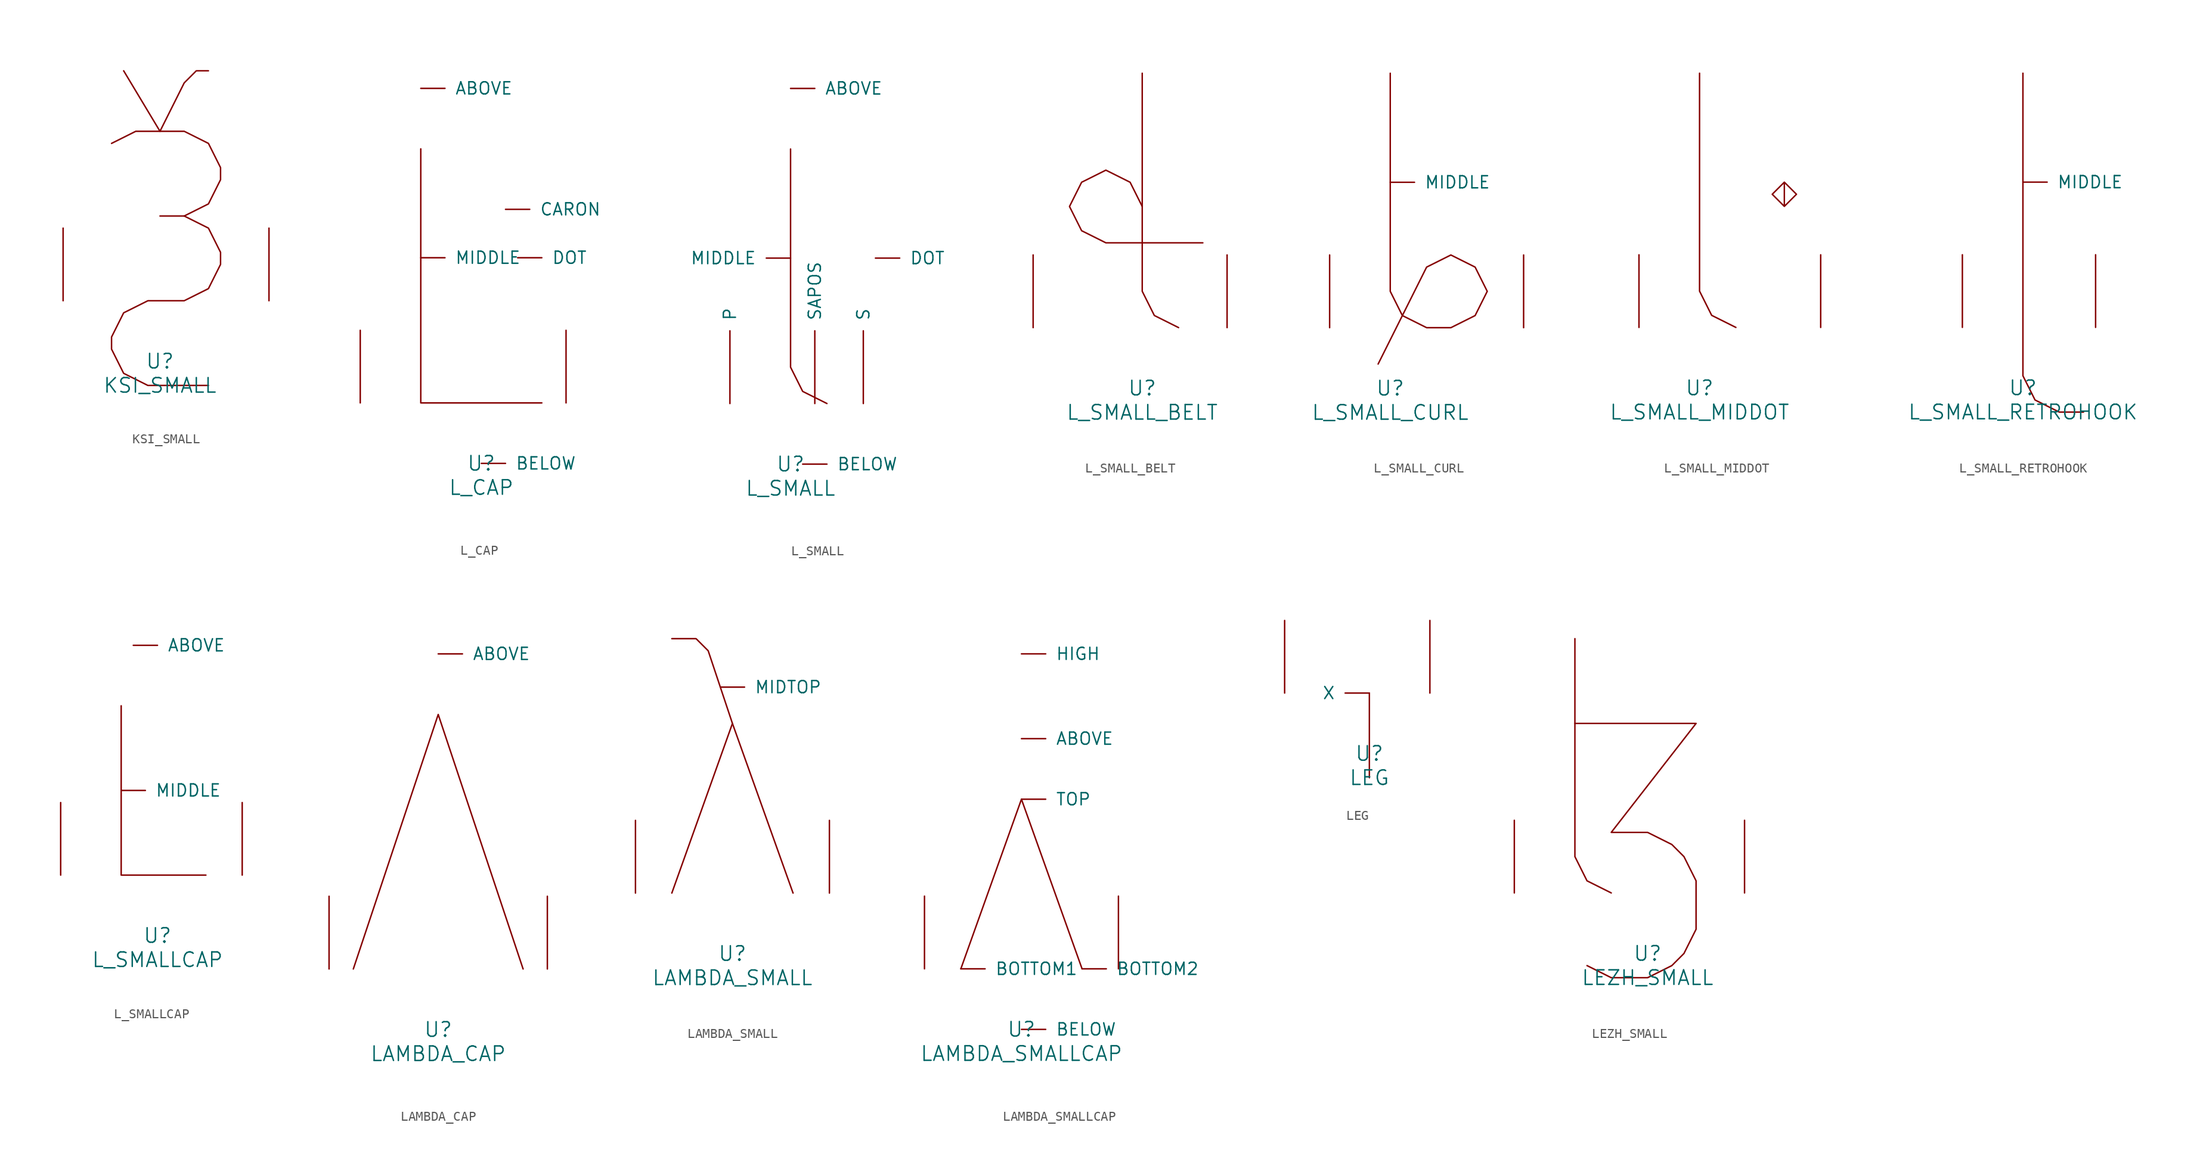
<source format=kicad_sym>
(kicad_symbol_lib
  (version 20220914)
  (generator font_lib2sym)
  (symbol "KSI_SMALL"
    (pin_names
      (offset 1.016))
    (property "Reference" "U"
      (at 0 -6.35 0)
      (effects (font (size 1.524 1.524))))
    (property "Value" "KSI_SMALL"
      (at 0 -8.89 0)
      (effects (font (size 1.524 1.524))))
    (symbol "KSI_SMALL_0_1"
      (polyline (pts (xy 0 8.89) (xy 2.54 8.89)) (stroke (width 0) (type solid)) (fill (type none)))
      (polyline (pts (xy -3.81 24.13) (xy 0 17.78) (xy 2.54 22.86) (xy 3.81 24.13) (xy 5.08 24.13)) (stroke (width 0) (type solid)) (fill (type none)))
      (polyline (pts (xy -5.08 16.51) (xy -2.54 17.78) (xy 2.54 17.78) (xy 5.08 16.51) (xy 6.35 13.97) (xy 6.35 12.7) (xy 5.08 10.16) (xy 2.54 8.89) (xy 5.08 7.62) (xy 6.35 5.08) (xy 6.35 3.81) (xy 5.08 1.27) (xy 2.54 0) (xy -1.27 0) (xy -3.81 -1.27) (xy -5.08 -3.81) (xy -5.08 -5.08) (xy -3.81 -7.62) (xy -1.27 -8.89) (xy 5.08 -8.89)) (stroke (width 0) (type solid)) (fill (type none)))
      (pin input line (at -10.16 0 90) (length 7.62) (name "~" (effects (font (size 1.27 1.27)))) (number "~" (effects (font (size 1.27 1.27)))))
      (pin input line (at 11.43 0 90) (length 7.62) (name "~" (effects (font (size 1.27 1.27)))) (number "~" (effects (font (size 1.27 1.27)))))))
  (symbol "L_CAP"
    (pin_names
      (offset 1.016))
    (property "Reference" "U"
      (at 0 -6.35 0)
      (effects (font (size 1.524 1.524))))
    (property "Value" "L_CAP"
      (at 0 -8.89 0)
      (effects (font (size 1.524 1.524))))
    (symbol "L_CAP_0_1"
      (polyline (pts (xy 6.35 0) (xy -6.35 0) (xy -6.35 26.67)) (stroke (width 0) (type solid)) (fill (type none)))
      (pin input line (at -6.35 33.02 0) (length 2.54) (name "ABOVE" (effects (font (size 1.27 1.27)))) (number "~" (effects (font (size 1.27 1.27)))))
      (pin input line (at 0 -6.35 0) (length 2.54) (name "BELOW" (effects (font (size 1.27 1.27)))) (number "~" (effects (font (size 1.27 1.27)))))
      (pin input line (at 2.54 20.32 0) (length 2.54) (name "CARON" (effects (font (size 1.27 1.27)))) (number "~" (effects (font (size 1.27 1.27)))))
      (pin input line (at 3.81 15.24 0) (length 2.54) (name "DOT" (effects (font (size 1.27 1.27)))) (number "~" (effects (font (size 1.27 1.27)))))
      (pin input line (at -6.35 15.24 0) (length 2.54) (name "MIDDLE" (effects (font (size 1.27 1.27)))) (number "~" (effects (font (size 1.27 1.27)))))
      (pin input line (at -12.7 0 90) (length 7.62) (name "~" (effects (font (size 1.27 1.27)))) (number "~" (effects (font (size 1.27 1.27)))))
      (pin input line (at 8.89 0 90) (length 7.62) (name "~" (effects (font (size 1.27 1.27)))) (number "~" (effects (font (size 1.27 1.27)))))))
  (symbol "L_SMALL"
    (pin_names
      (offset 1.016))
    (property "Reference" "U"
      (at 0 -6.35 0)
      (effects (font (size 1.524 1.524))))
    (property "Value" "L_SMALL"
      (at 0 -8.89 0)
      (effects (font (size 1.524 1.524))))
    (symbol "L_SMALL_0_1"
      (polyline (pts (xy 3.81 0) (xy 1.27 1.27) (xy 0 3.81) (xy 0 26.67)) (stroke (width 0) (type solid)) (fill (type none)))
      (pin input line (at 0 33.02 0) (length 2.54) (name "ABOVE" (effects (font (size 1.27 1.27)))) (number "~" (effects (font (size 1.27 1.27)))))
      (pin input line (at 1.27 -6.35 0) (length 2.54) (name "BELOW" (effects (font (size 1.27 1.27)))) (number "~" (effects (font (size 1.27 1.27)))))
      (pin input line (at 8.89 15.24 0) (length 2.54) (name "DOT" (effects (font (size 1.27 1.27)))) (number "~" (effects (font (size 1.27 1.27)))))
      (pin input line (at 0 15.24 180) (length 2.54) (name "MIDDLE" (effects (font (size 1.27 1.27)))) (number "~" (effects (font (size 1.27 1.27)))))
      (pin input line (at -6.35 0 90) (length 7.62) (name "P" (effects (font (size 1.27 1.27)))) (number "~" (effects (font (size 1.27 1.27)))))
      (pin input line (at 7.62 0 90) (length 7.62) (name "S" (effects (font (size 1.27 1.27)))) (number "~" (effects (font (size 1.27 1.27)))))
      (pin input line (at 2.54 0 90) (length 7.62) (name "SAPOS" (effects (font (size 1.27 1.27)))) (number "~" (effects (font (size 1.27 1.27)))))))
  (symbol "L_SMALL_BELT"
    (pin_names
      (offset 1.016))
    (property "Reference" "U"
      (at 0 -6.35 0)
      (effects (font (size 1.524 1.524))))
    (property "Value" "L_SMALL_BELT"
      (at 0 -8.89 0)
      (effects (font (size 1.524 1.524))))
    (symbol "L_SMALL_BELT_0_1"
      (polyline (pts (xy 3.81 0) (xy 1.27 1.27) (xy 0 3.81) (xy 0 26.67)) (stroke (width 0) (type solid)) (fill (type none)))
      (polyline (pts (xy 0 12.7) (xy -1.27 15.24) (xy -3.81 16.51) (xy -6.35 15.24) (xy -7.62 12.7) (xy -6.35 10.16) (xy -3.81 8.89) (xy 6.35 8.89)) (stroke (width 0) (type solid)) (fill (type none)))
      (pin input line (at -11.43 0 90) (length 7.62) (name "~" (effects (font (size 1.27 1.27)))) (number "~" (effects (font (size 1.27 1.27)))))
      (pin input line (at 8.89 0 90) (length 7.62) (name "~" (effects (font (size 1.27 1.27)))) (number "~" (effects (font (size 1.27 1.27)))))))
  (symbol "L_SMALL_CURL"
    (pin_names
      (offset 1.016))
    (property "Reference" "U"
      (at 0 -6.35 0)
      (effects (font (size 1.524 1.524))))
    (property "Value" "L_SMALL_CURL"
      (at 0 -8.89 0)
      (effects (font (size 1.524 1.524))))
    (symbol "L_SMALL_CURL_0_1"
      (polyline (pts (xy 0 26.67) (xy 0 3.81) (xy 1.27 1.27) (xy 3.81 0) (xy 6.35 0) (xy 8.89 1.27) (xy 10.16 3.81) (xy 8.89 6.35) (xy 6.35 7.62) (xy 3.81 6.35) (xy -1.27 -3.81)) (stroke (width 0) (type solid)) (fill (type none)))
      (pin input line (at 0 15.24 0) (length 2.54) (name "MIDDLE" (effects (font (size 1.27 1.27)))) (number "~" (effects (font (size 1.27 1.27)))))
      (pin input line (at -6.35 0 90) (length 7.62) (name "~" (effects (font (size 1.27 1.27)))) (number "~" (effects (font (size 1.27 1.27)))))
      (pin input line (at 13.97 0 90) (length 7.62) (name "~" (effects (font (size 1.27 1.27)))) (number "~" (effects (font (size 1.27 1.27)))))))
  (symbol "L_SMALL_MIDDOT"
    (pin_names
      (offset 1.016))
    (property "Reference" "U"
      (at 0 -6.35 0)
      (effects (font (size 1.524 1.524))))
    (property "Value" "L_SMALL_MIDDOT"
      (at 0 -8.89 0)
      (effects (font (size 1.524 1.524))))
    (symbol "L_SMALL_MIDDOT_0_1"
      (polyline (pts (xy 3.81 0) (xy 1.27 1.27) (xy 0 3.81) (xy 0 26.67)) (stroke (width 0) (type solid)) (fill (type none)))
      (polyline (pts (xy 8.89 15.24) (xy 10.16 13.97) (xy 8.89 12.7) (xy 7.62 13.97) (xy 8.89 15.24) (xy 8.89 12.7)) (stroke (width 0) (type solid)) (fill (type none)))
      (pin input line (at -6.35 0 90) (length 7.62) (name "~" (effects (font (size 1.27 1.27)))) (number "~" (effects (font (size 1.27 1.27)))))
      (pin input line (at 12.7 0 90) (length 7.62) (name "~" (effects (font (size 1.27 1.27)))) (number "~" (effects (font (size 1.27 1.27)))))))
  (symbol "L_SMALL_RETROHOOK"
    (pin_names
      (offset 1.016))
    (property "Reference" "U"
      (at 0 -6.35 0)
      (effects (font (size 1.524 1.524))))
    (property "Value" "L_SMALL_RETROHOOK"
      (at 0 -8.89 0)
      (effects (font (size 1.524 1.524))))
    (symbol "L_SMALL_RETROHOOK_0_1"
      (polyline (pts (xy 0 26.67) (xy 0 -5.08) (xy 1.27 -7.62) (xy 3.81 -8.89) (xy 6.35 -8.89)) (stroke (width 0) (type solid)) (fill (type none)))
      (pin input line (at 0 15.24 0) (length 2.54) (name "MIDDLE" (effects (font (size 1.27 1.27)))) (number "~" (effects (font (size 1.27 1.27)))))
      (pin input line (at -6.35 0 90) (length 7.62) (name "~" (effects (font (size 1.27 1.27)))) (number "~" (effects (font (size 1.27 1.27)))))
      (pin input line (at 7.62 0 90) (length 7.62) (name "~" (effects (font (size 1.27 1.27)))) (number "~" (effects (font (size 1.27 1.27)))))))
  (symbol "L_SMALLCAP"
    (pin_names
      (offset 1.016))
    (property "Reference" "U"
      (at 0 -6.35 0)
      (effects (font (size 1.524 1.524))))
    (property "Value" "L_SMALLCAP"
      (at 0 -8.89 0)
      (effects (font (size 1.524 1.524))))
    (symbol "L_SMALLCAP_0_1"
      (polyline (pts (xy -3.81 17.78) (xy -3.81 0) (xy 5.08 0)) (stroke (width 0) (type solid)) (fill (type none)))
      (pin input line (at -2.54 24.13 0) (length 2.54) (name "ABOVE" (effects (font (size 1.27 1.27)))) (number "~" (effects (font (size 1.27 1.27)))))
      (pin input line (at -3.81 8.89 0) (length 2.54) (name "MIDDLE" (effects (font (size 1.27 1.27)))) (number "~" (effects (font (size 1.27 1.27)))))
      (pin input line (at -10.16 0 90) (length 7.62) (name "~" (effects (font (size 1.27 1.27)))) (number "~" (effects (font (size 1.27 1.27)))))
      (pin input line (at 8.89 0 90) (length 7.62) (name "~" (effects (font (size 1.27 1.27)))) (number "~" (effects (font (size 1.27 1.27)))))))
  (symbol "LAMBDA_CAP"
    (pin_names
      (offset 1.016))
    (property "Reference" "U"
      (at 0 -6.35 0)
      (effects (font (size 1.524 1.524))))
    (property "Value" "LAMBDA_CAP"
      (at 0 -8.89 0)
      (effects (font (size 1.524 1.524))))
    (symbol "LAMBDA_CAP_0_1"
      (polyline (pts (xy -8.89 0) (xy 0 26.67) (xy 8.89 0)) (stroke (width 0) (type solid)) (fill (type none)))
      (pin input line (at 0 33.02 0) (length 2.54) (name "ABOVE" (effects (font (size 1.27 1.27)))) (number "~" (effects (font (size 1.27 1.27)))))
      (pin input line (at -11.43 0 90) (length 7.62) (name "~" (effects (font (size 1.27 1.27)))) (number "~" (effects (font (size 1.27 1.27)))))
      (pin input line (at 11.43 0 90) (length 7.62) (name "~" (effects (font (size 1.27 1.27)))) (number "~" (effects (font (size 1.27 1.27)))))))
  (symbol "LAMBDA_SMALL"
    (pin_names
      (offset 1.016))
    (property "Reference" "U"
      (at 0 -6.35 0)
      (effects (font (size 1.524 1.524))))
    (property "Value" "LAMBDA_SMALL"
      (at 0 -8.89 0)
      (effects (font (size 1.524 1.524))))
    (symbol "LAMBDA_SMALL_0_1"
      (polyline (pts (xy 0 17.78) (xy -6.35 0)) (stroke (width 0) (type solid)) (fill (type none)))
      (polyline (pts (xy -6.35 26.67) (xy -3.81 26.67) (xy -2.54 25.4) (xy 0 17.78) (xy 6.35 0)) (stroke (width 0) (type solid)) (fill (type none)))
      (pin input line (at -1.27 21.59 0) (length 2.54) (name "MIDTOP" (effects (font (size 1.27 1.27)))) (number "~" (effects (font (size 1.27 1.27)))))
      (pin input line (at -10.16 0 90) (length 7.62) (name "~" (effects (font (size 1.27 1.27)))) (number "~" (effects (font (size 1.27 1.27)))))
      (pin input line (at 10.16 0 90) (length 7.62) (name "~" (effects (font (size 1.27 1.27)))) (number "~" (effects (font (size 1.27 1.27)))))))
  (symbol "LAMBDA_SMALLCAP"
    (pin_names
      (offset 1.016))
    (property "Reference" "U"
      (at 0 -6.35 0)
      (effects (font (size 1.524 1.524))))
    (property "Value" "LAMBDA_SMALLCAP"
      (at 0 -8.89 0)
      (effects (font (size 1.524 1.524))))
    (symbol "LAMBDA_SMALLCAP_0_1"
      (polyline (pts (xy -6.35 0) (xy 0 17.78) (xy 6.35 0)) (stroke (width 0) (type solid)) (fill (type none)))
      (pin input line (at 0 24.13 0) (length 2.54) (name "ABOVE" (effects (font (size 1.27 1.27)))) (number "~" (effects (font (size 1.27 1.27)))))
      (pin input line (at 0 -6.35 0) (length 2.54) (name "BELOW" (effects (font (size 1.27 1.27)))) (number "~" (effects (font (size 1.27 1.27)))))
      (pin input line (at -6.35 0 0) (length 2.54) (name "BOTTOM1" (effects (font (size 1.27 1.27)))) (number "~" (effects (font (size 1.27 1.27)))))
      (pin input line (at 6.35 0 0) (length 2.54) (name "BOTTOM2" (effects (font (size 1.27 1.27)))) (number "~" (effects (font (size 1.27 1.27)))))
      (pin input line (at 0 33.02 0) (length 2.54) (name "HIGH" (effects (font (size 1.27 1.27)))) (number "~" (effects (font (size 1.27 1.27)))))
      (pin input line (at 0 17.78 0) (length 2.54) (name "TOP" (effects (font (size 1.27 1.27)))) (number "~" (effects (font (size 1.27 1.27)))))
      (pin input line (at -10.16 0 90) (length 7.62) (name "~" (effects (font (size 1.27 1.27)))) (number "~" (effects (font (size 1.27 1.27)))))
      (pin input line (at 10.16 0 90) (length 7.62) (name "~" (effects (font (size 1.27 1.27)))) (number "~" (effects (font (size 1.27 1.27)))))))
  (symbol "LEG"
    (pin_names
      (offset 1.016))
    (property "Reference" "U"
      (at 0 -6.35 0)
      (effects (font (size 1.524 1.524))))
    (property "Value" "LEG"
      (at 0 -8.89 0)
      (effects (font (size 1.524 1.524))))
    (symbol "LEG_0_1"
      (polyline (pts (xy 0 0) (xy 0 -8.89)) (stroke (width 0) (type solid)) (fill (type none)))
      (pin input line (at 0 0 180) (length 2.54) (name "X" (effects (font (size 1.27 1.27)))) (number "~" (effects (font (size 1.27 1.27)))))
      (pin input line (at -8.89 0 90) (length 7.62) (name "~" (effects (font (size 1.27 1.27)))) (number "~" (effects (font (size 1.27 1.27)))))
      (pin input line (at 6.35 0 90) (length 7.62) (name "~" (effects (font (size 1.27 1.27)))) (number "~" (effects (font (size 1.27 1.27)))))))
  (symbol "LEZH_SMALL"
    (pin_names
      (offset 1.016))
    (property "Reference" "U"
      (at 0 -6.35 0)
      (effects (font (size 1.524 1.524))))
    (property "Value" "LEZH_SMALL"
      (at 0 -8.89 0)
      (effects (font (size 1.524 1.524))))
    (symbol "LEZH_SMALL_0_1"
      (polyline (pts (xy -7.62 26.67) (xy -7.62 3.81) (xy -6.35 1.27) (xy -3.81 0) (xy -3.81 0)) (stroke (width 0) (type solid)) (fill (type none)))
      (polyline (pts (xy -7.62 17.78) (xy 5.08 17.78) (xy -3.81 6.35) (xy 0 6.35) (xy 2.54 5.08) (xy 3.81 3.81) (xy 5.08 1.27) (xy 5.08 -3.81) (xy 3.81 -6.35) (xy 2.54 -7.62) (xy 0 -8.89) (xy -3.81 -8.89) (xy -6.35 -7.62)) (stroke (width 0) (type solid)) (fill (type none)))
      (pin input line (at -13.97 0 90) (length 7.62) (name "~" (effects (font (size 1.27 1.27)))) (number "~" (effects (font (size 1.27 1.27)))))
      (pin input line (at 10.16 0 90) (length 7.62) (name "~" (effects (font (size 1.27 1.27)))) (number "~" (effects (font (size 1.27 1.27))))))))
</source>
